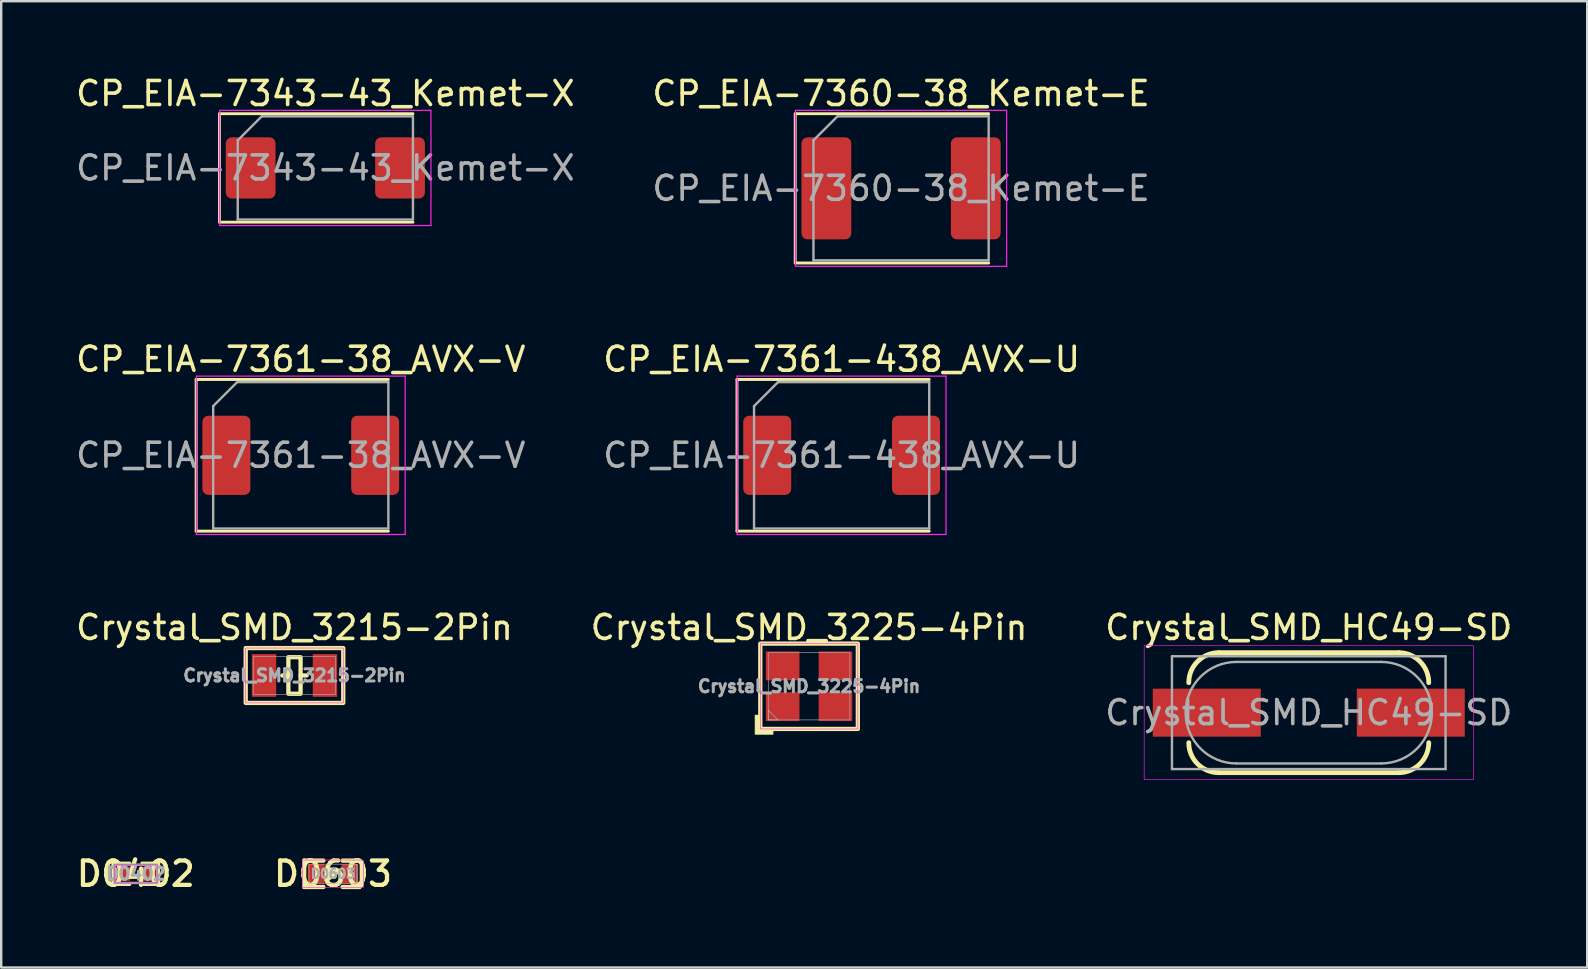
<source format=kicad_pcb>
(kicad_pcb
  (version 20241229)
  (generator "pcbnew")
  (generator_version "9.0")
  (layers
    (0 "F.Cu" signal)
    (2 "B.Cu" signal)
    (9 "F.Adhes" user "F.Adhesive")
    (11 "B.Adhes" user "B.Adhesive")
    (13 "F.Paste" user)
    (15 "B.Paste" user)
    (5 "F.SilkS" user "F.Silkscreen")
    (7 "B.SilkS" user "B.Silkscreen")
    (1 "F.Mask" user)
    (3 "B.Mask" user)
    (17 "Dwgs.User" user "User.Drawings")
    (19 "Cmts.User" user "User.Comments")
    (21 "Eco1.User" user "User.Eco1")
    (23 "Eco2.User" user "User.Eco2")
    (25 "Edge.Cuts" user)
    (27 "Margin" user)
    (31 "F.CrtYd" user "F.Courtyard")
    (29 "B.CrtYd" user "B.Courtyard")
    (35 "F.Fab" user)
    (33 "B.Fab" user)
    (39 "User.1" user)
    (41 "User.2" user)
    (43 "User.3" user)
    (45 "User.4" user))
  (footprint "CP_EIA-7361-38_AVX-V"
    (layer "F.Cu")
    (at 9.482 15.921)
    (property "Reference" "CP_EIA-7361-38_AVX-V" (at 0 -4 0) (layer "F.SilkS") (effects (font (size 1 1) (thickness 0.15))))
    (attr smd)
    (fp_line (start -4.36 -3.16) (end -4.36 3.16) (stroke (width 0.12) (type solid)) (layer "F.SilkS"))
    (fp_line (start -4.36 3.16) (end 3.65 3.16) (stroke (width 0.12) (type solid)) (layer "F.SilkS"))
    (fp_line (start 3.65 -3.16) (end -4.36 -3.16) (stroke (width 0.12) (type solid)) (layer "F.SilkS"))
    (fp_line (start -4.35 -3.3) (end 4.35 -3.3) (stroke (width 0.05) (type solid)) (layer "F.CrtYd"))
    (fp_line (start -4.35 3.3) (end -4.35 -3.3) (stroke (width 0.05) (type solid)) (layer "F.CrtYd"))
    (fp_line (start 4.35 -3.3) (end 4.35 3.3) (stroke (width 0.05) (type solid)) (layer "F.CrtYd"))
    (fp_line (start 4.35 3.3) (end -4.35 3.3) (stroke (width 0.05) (type solid)) (layer "F.CrtYd"))
    (fp_line (start -3.65 -2.05) (end -3.65 3.05) (stroke (width 0.1) (type solid)) (layer "F.Fab"))
    (fp_line (start -3.65 3.05) (end 3.65 3.05) (stroke (width 0.1) (type solid)) (layer "F.Fab"))
    (fp_line (start -2.65 -3.05) (end -3.65 -2.05) (stroke (width 0.1) (type solid)) (layer "F.Fab"))
    (fp_line (start 3.65 -3.05) (end -2.65 -3.05) (stroke (width 0.1) (type solid)) (layer "F.Fab"))
    (fp_line (start 3.65 3.05) (end 3.65 -3.05) (stroke (width 0.1) (type solid)) (layer "F.Fab"))
    (fp_text user "${REFERENCE}" (at 0 0 0) (layer "F.Fab") (effects (font (size 1 1) (thickness 0.15))))
    (pad "1" smd roundrect (at -3.1 0) (size 2 3.3) (layers "F.Cu" "F.Mask" "F.Paste") (roundrect_rratio 0.125))
    (pad "2" smd roundrect (at 3.1 0) (size 2 3.3) (layers "F.Cu" "F.Mask" "F.Paste") (roundrect_rratio 0.125)))
  (footprint "CP_EIA-7361-438_AVX-U"
    (layer "F.Cu")
    (at 32.018 15.921)
    (property "Reference" "CP_EIA-7361-438_AVX-U" (at 0 -4 0) (layer "F.SilkS") (effects (font (size 1 1) (thickness 0.15))))
    (attr smd)
    (fp_line (start -4.36 -3.16) (end -4.36 3.16) (stroke (width 0.12) (type solid)) (layer "F.SilkS"))
    (fp_line (start -4.36 3.16) (end 3.65 3.16) (stroke (width 0.12) (type solid)) (layer "F.SilkS"))
    (fp_line (start 3.65 -3.16) (end -4.36 -3.16) (stroke (width 0.12) (type solid)) (layer "F.SilkS"))
    (fp_line (start -4.35 -3.3) (end 4.35 -3.3) (stroke (width 0.05) (type solid)) (layer "F.CrtYd"))
    (fp_line (start -4.35 3.3) (end -4.35 -3.3) (stroke (width 0.05) (type solid)) (layer "F.CrtYd"))
    (fp_line (start 4.35 -3.3) (end 4.35 3.3) (stroke (width 0.05) (type solid)) (layer "F.CrtYd"))
    (fp_line (start 4.35 3.3) (end -4.35 3.3) (stroke (width 0.05) (type solid)) (layer "F.CrtYd"))
    (fp_line (start -3.65 -2.05) (end -3.65 3.05) (stroke (width 0.1) (type solid)) (layer "F.Fab"))
    (fp_line (start -3.65 3.05) (end 3.65 3.05) (stroke (width 0.1) (type solid)) (layer "F.Fab"))
    (fp_line (start -2.65 -3.05) (end -3.65 -2.05) (stroke (width 0.1) (type solid)) (layer "F.Fab"))
    (fp_line (start 3.65 -3.05) (end -2.65 -3.05) (stroke (width 0.1) (type solid)) (layer "F.Fab"))
    (fp_line (start 3.65 3.05) (end 3.65 -3.05) (stroke (width 0.1) (type solid)) (layer "F.Fab"))
    (fp_text user "${REFERENCE}" (at 0 0 0) (layer "F.Fab") (effects (font (size 1 1) (thickness 0.15))))
    (pad "1" smd roundrect (at -3.1 0) (size 2 3.3) (layers "F.Cu" "F.Mask" "F.Paste") (roundrect_rratio 0.125))
    (pad "2" smd roundrect (at 3.1 0) (size 2 3.3) (layers "F.Cu" "F.Mask" "F.Paste") (roundrect_rratio 0.125)))
  (footprint "D0603"
    (layer "F.Cu")
    (at 10.825 33.358)
    (property "Reference" "D0603" (at 0 0 0) (layer "F.SilkS") (effects (font (size 1.016 1.016) (thickness 0.178))))
    (attr smd)
    (fp_line (start -1.2 -0.55) (end -1.2 0.55) (stroke (width 0.178) (type solid)) (layer "F.SilkS"))
    (fp_line (start -1.2 0.55) (end -0.4 0.55) (stroke (width 0.178) (type solid)) (layer "F.SilkS"))
    (fp_line (start -0.4 -0.55) (end -1.2 -0.55) (stroke (width 0.178) (type solid)) (layer "F.SilkS"))
    (fp_line (start 0.4 0.55) (end 1.1 0.55) (stroke (width 0.178) (type solid)) (layer "F.SilkS"))
    (fp_line (start 1.1 -0.55) (end 0.4 -0.55) (stroke (width 0.178) (type solid)) (layer "F.SilkS"))
    (fp_line (start 1.2 -0.45) (end 1.1 -0.55) (stroke (width 0.178) (type solid)) (layer "F.SilkS"))
    (fp_line (start 1.2 0.45) (end 1.1 0.55) (stroke (width 0.178) (type solid)) (layer "F.SilkS"))
    (fp_line (start 1.2 0.45) (end 1.2 -0.45) (stroke (width 0.178) (type solid)) (layer "F.SilkS"))
    (fp_poly (pts (xy -0.2 0.3) (xy 0.2 0) (xy -0.2 -0.3)) (stroke (width 0.025) (type solid)) (fill yes) (layer "F.SilkS"))
    (fp_rect (start -1.27 -0.572) (end 1.27 0.572) (stroke (width 0.025) (type solid)) (fill no) (layer "F.CrtYd"))
    (fp_rect (start -1 -0.4) (end 1 0.4) (stroke (width 0.025) (type solid)) (fill no) (layer "F.Fab"))
    (fp_rect (start 0.9 -0.4) (end 1 0.4) (stroke (width 0.025) (type solid)) (fill no) (layer "F.Fab"))
    (fp_text user "${REFERENCE}" (at 0 0 0) (layer "F.Fab") (effects (font (size 0.381 0.381) (thickness 0.095))))
    (pad "A" smd rect (at -0.7 0) (size 0.7 0.8) (layers "F.Cu" "F.Mask" "F.Paste"))
    (pad "K" smd rect (at 0.7 0) (size 0.7 0.8) (layers "F.Cu" "F.Mask" "F.Paste"))
    (zone (net_name "") (layer "F.Cu") (hatch edge 0.5) (connect_pads) (min_thickness 0.25) (filled_areas_thickness no) (keepout (tracks allowed) (vias allowed) (pads allowed) (copperpour not_allowed) (footprints allowed)) (placement (enabled no)) (fill) (polygon (pts (xy 10.625 32.858) (xy 10.625 33.858) (xy 11.025 33.858) (xy 11.025 32.858)))))
  (footprint "CP_EIA-7360-38_Kemet-E"
    (layer "F.Cu")
    (at 34.494 4.798)
    (property "Reference" "CP_EIA-7360-38_Kemet-E" (at 0 -3.95 0) (layer "F.SilkS") (effects (font (size 1 1) (thickness 0.15))))
    (attr smd)
    (fp_line (start -4.41 -3.11) (end -4.41 3.11) (stroke (width 0.12) (type solid)) (layer "F.SilkS"))
    (fp_line (start -4.41 3.11) (end 3.65 3.11) (stroke (width 0.12) (type solid)) (layer "F.SilkS"))
    (fp_line (start 3.65 -3.11) (end -4.41 -3.11) (stroke (width 0.12) (type solid)) (layer "F.SilkS"))
    (fp_line (start -4.4 -3.25) (end 4.4 -3.25) (stroke (width 0.05) (type solid)) (layer "F.CrtYd"))
    (fp_line (start -4.4 3.25) (end -4.4 -3.25) (stroke (width 0.05) (type solid)) (layer "F.CrtYd"))
    (fp_line (start 4.4 -3.25) (end 4.4 3.25) (stroke (width 0.05) (type solid)) (layer "F.CrtYd"))
    (fp_line (start 4.4 3.25) (end -4.4 3.25) (stroke (width 0.05) (type solid)) (layer "F.CrtYd"))
    (fp_line (start -3.65 -2) (end -3.65 3) (stroke (width 0.1) (type solid)) (layer "F.Fab"))
    (fp_line (start -3.65 3) (end 3.65 3) (stroke (width 0.1) (type solid)) (layer "F.Fab"))
    (fp_line (start -2.65 -3) (end -3.65 -2) (stroke (width 0.1) (type solid)) (layer "F.Fab"))
    (fp_line (start 3.65 -3) (end -2.65 -3) (stroke (width 0.1) (type solid)) (layer "F.Fab"))
    (fp_line (start 3.65 3) (end 3.65 -3) (stroke (width 0.1) (type solid)) (layer "F.Fab"))
    (fp_text user "${REFERENCE}" (at 0 0 0) (layer "F.Fab") (effects (font (size 1 1) (thickness 0.15))))
    (pad "1" smd roundrect (at -3.112 0) (size 2.075 4.25) (layers "F.Cu" "F.Mask" "F.Paste") (roundrect_rratio 0.12))
    (pad "2" smd roundrect (at 3.112 0) (size 2.075 4.25) (layers "F.Cu" "F.Mask" "F.Paste") (roundrect_rratio 0.12)))
  (footprint "D0402"
    (layer "F.Cu")
    (at 2.608 33.358)
    (property "Reference" "D0402" (at 0 0 0) (layer "F.SilkS") (effects (font (size 1.016 1.016) (thickness 0.178))))
    (attr smd)
    (fp_line (start -0.953 0.445) (end -0.953 -0.445) (stroke (width 0.127) (type solid)) (layer "F.SilkS"))
    (fp_line (start -0.953 0.445) (end -0.254 0.445) (stroke (width 0.127) (type solid)) (layer "F.SilkS"))
    (fp_line (start -0.254 -0.445) (end -0.953 -0.445) (stroke (width 0.127) (type solid)) (layer "F.SilkS"))
    (fp_line (start 0.254 -0.445) (end 0.953 -0.445) (stroke (width 0.127) (type solid)) (layer "F.SilkS"))
    (fp_line (start 0.254 0.445) (end 0.953 0.445) (stroke (width 0.127) (type solid)) (layer "F.SilkS"))
    (fp_line (start 0.953 -0.445) (end 0.953 0.445) (stroke (width 0.127) (type solid)) (layer "F.SilkS"))
    (fp_rect (start -0.889 -0.381) (end 0.889 0.381) (stroke (width 0.025) (type solid)) (fill no) (layer "F.CrtYd"))
    (fp_rect (start -0.889 -0.381) (end 0.889 0.381) (stroke (width 0.1) (type solid)) (fill no) (layer "F.Fab"))
    (fp_text user "${REFERENCE}" (at 0 0 0) (layer "F.Fab") (effects (font (size 0.508 0.508) (thickness 0.127))))
    (pad "A" smd rect (at -0.533 0) (size 0.584 0.584) (layers "F.Cu" "F.Mask" "F.Paste"))
    (pad "K" smd rect (at 0.533 0) (size 0.584 0.584) (layers "F.Cu" "F.Mask" "F.Paste")))
  (footprint "CP_EIA-7343-43_Kemet-X"
    (layer "F.Cu")
    (at 10.506 3.948)
    (property "Reference" "CP_EIA-7343-43_Kemet-X" (at 0 -3.1 0) (layer "F.SilkS") (effects (font (size 1 1) (thickness 0.15))))
    (attr smd)
    (fp_line (start -4.41 -2.26) (end -4.41 2.26) (stroke (width 0.12) (type solid)) (layer "F.SilkS"))
    (fp_line (start -4.41 2.26) (end 3.65 2.26) (stroke (width 0.12) (type solid)) (layer "F.SilkS"))
    (fp_line (start 3.65 -2.26) (end -4.41 -2.26) (stroke (width 0.12) (type solid)) (layer "F.SilkS"))
    (fp_line (start -4.4 -2.4) (end 4.4 -2.4) (stroke (width 0.05) (type solid)) (layer "F.CrtYd"))
    (fp_line (start -4.4 2.4) (end -4.4 -2.4) (stroke (width 0.05) (type solid)) (layer "F.CrtYd"))
    (fp_line (start 4.4 -2.4) (end 4.4 2.4) (stroke (width 0.05) (type solid)) (layer "F.CrtYd"))
    (fp_line (start 4.4 2.4) (end -4.4 2.4) (stroke (width 0.05) (type solid)) (layer "F.CrtYd"))
    (fp_line (start -3.65 -1.15) (end -3.65 2.15) (stroke (width 0.1) (type solid)) (layer "F.Fab"))
    (fp_line (start -3.65 2.15) (end 3.65 2.15) (stroke (width 0.1) (type solid)) (layer "F.Fab"))
    (fp_line (start -2.65 -2.15) (end -3.65 -1.15) (stroke (width 0.1) (type solid)) (layer "F.Fab"))
    (fp_line (start 3.65 -2.15) (end -2.65 -2.15) (stroke (width 0.1) (type solid)) (layer "F.Fab"))
    (fp_line (start 3.65 2.15) (end 3.65 -2.15) (stroke (width 0.1) (type solid)) (layer "F.Fab"))
    (fp_text user "${REFERENCE}" (at 0 0 0) (layer "F.Fab") (effects (font (size 1 1) (thickness 0.15))))
    (pad "1" smd roundrect (at -3.112 0) (size 2.075 2.55) (layers "F.Cu" "F.Mask" "F.Paste") (roundrect_rratio 0.12))
    (pad "2" smd roundrect (at 3.112 0) (size 2.075 2.55) (layers "F.Cu" "F.Mask" "F.Paste") (roundrect_rratio 0.12)))
  (footprint "Crystal_SMD_3215-2Pin"
    (layer "F.Cu")
    (at 9.22 25.095)
    (property "Reference" "Crystal_SMD_3215-2Pin" (at 0 -2 0) (layer "F.SilkS") (effects (font (size 1 1) (thickness 0.15))))
    (attr smd)
    (fp_line (start -0.508 0) (end -0.254 0) (stroke (width 0.178) (type solid)) (layer "F.SilkS"))
    (fp_line (start 0.508 0) (end 0.254 0) (stroke (width 0.178) (type solid)) (layer "F.SilkS"))
    (fp_rect (start -2.032 -1.143) (end 2.032 1.143) (stroke (width 0.178) (type solid)) (fill no) (layer "F.SilkS"))
    (fp_rect (start -0.254 -0.762) (end 0.254 0.762) (stroke (width 0.178) (type solid)) (fill no) (layer "F.SilkS"))
    (fp_rect (start -2.032 -1.143) (end 2.032 1.143) (stroke (width 0.025) (type solid)) (fill no) (layer "F.CrtYd"))
    (fp_rect (start -1.7 -0.8) (end 1.7 0.8) (stroke (width 0.025) (type solid)) (fill no) (layer "F.Fab"))
    (fp_text user "${REFERENCE}" (at 0 0 0) (layer "F.Fab") (effects (font (size 0.508 0.508) (thickness 0.127))))
    (pad "1" smd rect (at 1.27 0) (size 1.016 1.778) (layers "F.Cu" "F.Mask" "F.Paste"))
    (pad "2" smd rect (at -1.27 0) (size 1.016 1.778) (layers "F.Cu" "F.Mask" "F.Paste")))
  (footprint "Crystal_SMD_3225-4Pin"
    (layer "F.Cu")
    (at 30.661 25.545)
    (property "Reference" "Crystal_SMD_3225-4Pin" (at 0 -2.45 0) (layer "F.SilkS") (effects (font (size 1 1) (thickness 0.15))))
    (attr smd)
    (fp_rect (start -2.032 -1.778) (end 2.032 1.778) (stroke (width 0.178) (type solid)) (fill no) (layer "F.SilkS"))
    (fp_poly (pts (xy -2 1.2) (xy -2.25 1.2) (xy -2.25 2) (xy -1.5 2) (xy -1.5 1.8) (xy -2.032 1.778)) (stroke (width 0.025) (type solid)) (fill yes) (layer "F.SilkS"))
    (fp_rect (start -2.032 -1.778) (end 2.032 1.778) (stroke (width 0.025) (type solid)) (fill no) (layer "F.CrtYd"))
    (fp_rect (start -1.7 -1.4) (end 1.7 1.4) (stroke (width 0.025) (type solid)) (fill no) (layer "F.Fab"))
    (fp_poly (pts (xy -1.7 1) (xy -1.7 1.4) (xy -1.3 1.4)) (stroke (width 0.025) (type solid)) (fill no) (layer "F.Fab"))
    (fp_text user "${REFERENCE}" (at 0 0 0) (layer "F.Fab") (effects (font (size 0.508 0.508) (thickness 0.127) (bold yes))))
    (pad "1" smd rect (at -1.1 0.85) (size 1.4 1.2) (layers "F.Cu" "F.Mask" "F.Paste"))
    (pad "2" smd rect (at 1.1 0.85) (size 1.4 1.2) (layers "F.Cu" "F.Mask" "F.Paste"))
    (pad "3" smd rect (at 1.1 -0.85) (size 1.4 1.2) (layers "F.Cu" "F.Mask" "F.Paste"))
    (pad "4" smd rect (at -1.1 -0.85) (size 1.4 1.2) (layers "F.Cu" "F.Mask" "F.Paste")))
  (footprint "Crystal_SMD_HC49-SD"
    (layer "F.Cu")
    (at 51.482 26.645)
    (property "Reference" "Crystal_SMD_HC49-SD" (at 0 -3.55 0) (layer "F.SilkS") (effects (font (size 1 1) (thickness 0.15))))
    (attr smd)
    (fp_line (start -3.75 2.5) (end 3.75 2.5) (stroke (width 0.2) (type solid)) (layer "F.SilkS"))
    (fp_line (start 3.75 -2.5) (end -3.75 -2.5) (stroke (width 0.2) (type solid)) (layer "F.SilkS"))
    (fp_arc (start -5 -1.25) (mid -4.633884 -2.133883) (end -3.750001 -2.499999) (stroke (width 0.2) (type solid)) (layer "F.SilkS"))
    (fp_arc (start -3.750002 2.499986) (mid -4.633882 2.133876) (end -5 1.25) (stroke (width 0.2) (type solid)) (layer "F.SilkS"))
    (fp_arc (start 3.750001 -2.500001) (mid 4.633884 -2.133884) (end 5 -1.25) (stroke (width 0.2) (type solid)) (layer "F.SilkS"))
    (fp_arc (start 5 1.25) (mid 4.633884 2.133883) (end 3.750001 2.499999) (stroke (width 0.2) (type solid)) (layer "F.SilkS"))
    (fp_rect (start -6.858 2.794) (end 6.858 -2.794) (stroke (width 0.025) (type solid)) (fill no) (layer "F.CrtYd"))
    (fp_line (start -5.7 -2.35) (end -5.7 2.35) (stroke (width 0.1) (type solid)) (layer "F.Fab"))
    (fp_line (start -5.7 2.35) (end 5.7 2.35) (stroke (width 0.1) (type solid)) (layer "F.Fab"))
    (fp_line (start -3.015 -2.115) (end 3.015 -2.115) (stroke (width 0.1) (type solid)) (layer "F.Fab"))
    (fp_line (start -3.015 2.115) (end 3.015 2.115) (stroke (width 0.1) (type solid)) (layer "F.Fab"))
    (fp_line (start 5.7 -2.35) (end -5.7 -2.35) (stroke (width 0.1) (type solid)) (layer "F.Fab"))
    (fp_line (start 5.7 2.35) (end 5.7 -2.35) (stroke (width 0.1) (type solid)) (layer "F.Fab"))
    (fp_arc (start -3.015 2.115) (mid -5.13 0) (end -3.015 -2.115) (stroke (width 0.1) (type solid)) (layer "F.Fab"))
    (fp_arc (start 3.015 -2.115) (mid 5.13 0) (end 3.015 2.115) (stroke (width 0.1) (type solid)) (layer "F.Fab"))
    (fp_text user "${REFERENCE}" (at 0 0 0) (layer "F.Fab") (effects (font (size 1 1) (thickness 0.15))))
    (pad "1" smd rect (at -4.25 0) (size 4.5 2) (layers "F.Cu" "F.Mask" "F.Paste"))
    (pad "2" smd rect (at 4.25 0) (size 4.5 2) (layers "F.Cu" "F.Mask" "F.Paste")))
  (gr_rect
    (start -3 -3)
    (end 63.083 37.264)
    (stroke (width 0.1) (type default))
    (fill no)
    (layer "Edge.Cuts")))
</source>
